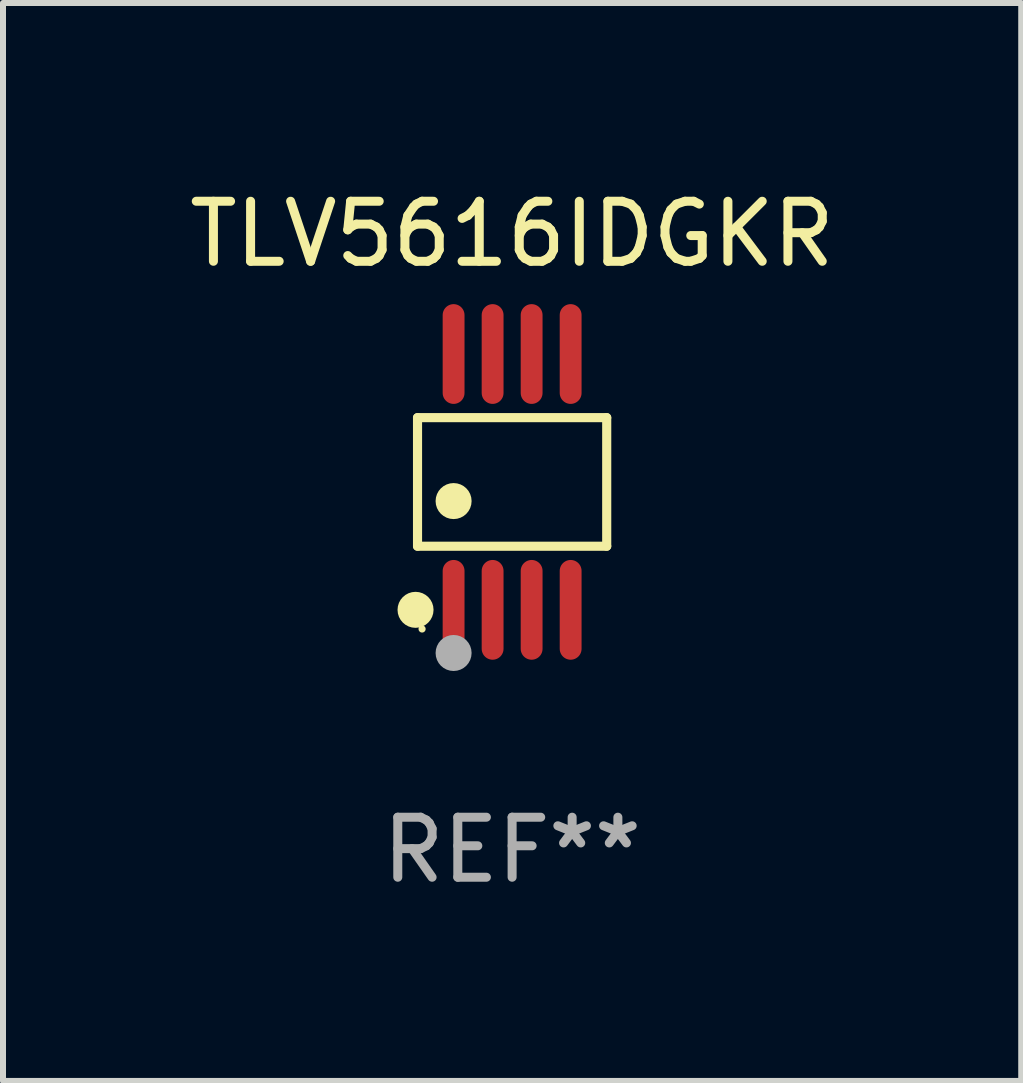
<source format=kicad_pcb>
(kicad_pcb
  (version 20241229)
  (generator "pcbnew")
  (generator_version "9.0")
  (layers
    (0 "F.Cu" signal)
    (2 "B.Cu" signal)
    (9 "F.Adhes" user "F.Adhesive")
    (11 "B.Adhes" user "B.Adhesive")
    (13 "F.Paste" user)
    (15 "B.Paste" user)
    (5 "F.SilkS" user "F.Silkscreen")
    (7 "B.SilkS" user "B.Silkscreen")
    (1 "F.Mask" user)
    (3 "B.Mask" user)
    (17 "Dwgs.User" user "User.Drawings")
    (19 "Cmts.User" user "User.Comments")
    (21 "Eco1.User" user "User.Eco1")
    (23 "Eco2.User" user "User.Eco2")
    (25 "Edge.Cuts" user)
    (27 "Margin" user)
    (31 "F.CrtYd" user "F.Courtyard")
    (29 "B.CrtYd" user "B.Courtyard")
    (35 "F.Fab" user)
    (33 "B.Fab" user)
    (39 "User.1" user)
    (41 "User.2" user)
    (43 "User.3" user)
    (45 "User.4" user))
  (footprint "TLV5616IDGKR"
    (layer "F.Cu")
    (at 5.482 4.979)
    (property "Reference" "TLV5616IDGKR" (at 0 -4.131 0) (layer "F.SilkS") (effects (font (size 1 1) (thickness 0.15))))
    (attr through_hole)
    (fp_line (start -1.576 -1.071) (end 1.576 -1.071) (stroke (width 0.152) (type solid)) (layer "F.SilkS"))
    (fp_line (start -1.576 1.071) (end -1.576 -1.071) (stroke (width 0.152) (type solid)) (layer "F.SilkS"))
    (fp_line (start 1.576 -1.071) (end 1.576 1.071) (stroke (width 0.152) (type solid)) (layer "F.SilkS"))
    (fp_line (start 1.576 1.071) (end -1.576 1.071) (stroke (width 0.152) (type solid)) (layer "F.SilkS"))
    (fp_circle (center -1.609 2.131) (end -1.459 2.131) (stroke (width 0.3) (type solid)) (fill no) (layer "F.SilkS"))
    (fp_circle (center -1.5 2.45) (end -1.47 2.45) (stroke (width 0.06) (type solid)) (fill no) (layer "F.SilkS"))
    (fp_circle (center -0.975 0.319) (end -0.825 0.319) (stroke (width 0.3) (type solid)) (fill no) (layer "F.SilkS"))
    (fp_circle (center -0.975 2.85) (end -0.825 2.85) (stroke (width 0.3) (type solid)) (fill no) (layer "F.Fab"))
    (fp_text user "REF**" (at 0 6.131 0) (layer "F.Fab") (effects (font (size 1 1) (thickness 0.15))))
    (pad "1" smd oval (at -0.975 2.131) (size 0.364 1.662) (layers "F.Cu" "F.Mask" "F.Paste"))
    (pad "2" smd oval (at -0.325 2.131) (size 0.364 1.662) (layers "F.Cu" "F.Mask" "F.Paste"))
    (pad "3" smd oval (at 0.325 2.131) (size 0.364 1.662) (layers "F.Cu" "F.Mask" "F.Paste"))
    (pad "4" smd oval (at 0.975 2.131) (size 0.364 1.662) (layers "F.Cu" "F.Mask" "F.Paste"))
    (pad "5" smd oval (at 0.975 -2.131) (size 0.364 1.662) (layers "F.Cu" "F.Mask" "F.Paste"))
    (pad "6" smd oval (at 0.325 -2.131) (size 0.364 1.662) (layers "F.Cu" "F.Mask" "F.Paste"))
    (pad "7" smd oval (at -0.325 -2.131) (size 0.364 1.662) (layers "F.Cu" "F.Mask" "F.Paste"))
    (pad "8" smd oval (at -0.975 -2.131) (size 0.364 1.662) (layers "F.Cu" "F.Mask" "F.Paste")))
  (gr_rect
    (start -3 -3)
    (end 13.964 14.959)
    (stroke (width 0.1) (type default))
    (fill no)
    (layer "Edge.Cuts")))
</source>
